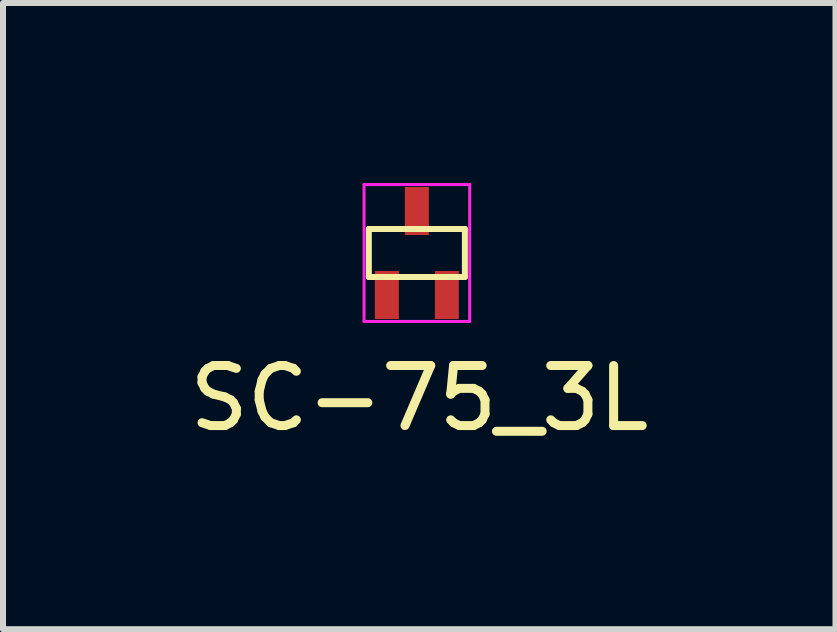
<source format=kicad_pcb>
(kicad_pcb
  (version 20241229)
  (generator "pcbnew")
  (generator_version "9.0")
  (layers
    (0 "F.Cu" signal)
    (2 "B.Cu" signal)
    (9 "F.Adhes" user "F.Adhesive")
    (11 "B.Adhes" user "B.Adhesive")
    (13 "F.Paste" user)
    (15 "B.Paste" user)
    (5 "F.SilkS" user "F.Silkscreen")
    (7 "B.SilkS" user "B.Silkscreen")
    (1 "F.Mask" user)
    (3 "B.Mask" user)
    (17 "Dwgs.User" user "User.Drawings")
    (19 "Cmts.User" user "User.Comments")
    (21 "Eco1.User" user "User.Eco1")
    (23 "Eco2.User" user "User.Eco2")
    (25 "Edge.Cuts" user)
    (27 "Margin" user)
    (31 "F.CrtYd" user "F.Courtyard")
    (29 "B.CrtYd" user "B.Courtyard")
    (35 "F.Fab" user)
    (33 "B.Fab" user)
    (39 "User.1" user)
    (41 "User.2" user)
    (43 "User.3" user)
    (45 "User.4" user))
  (footprint "SC-75_3L"
    (layer "F.Cu")
    (at 3.895 1.165)
    (property "Reference" "SC-75_3L" (at 0.04 2.42 0) (layer "F.SilkS") (effects (font (size 1 1) (thickness 0.15))))
    (attr through_hole)
    (fp_line (start -0.8 -0.4) (end 0.8 -0.4) (stroke (width 0.1) (type solid)) (layer "F.SilkS"))
    (fp_line (start -0.8 0.4) (end -0.8 -0.4) (stroke (width 0.1) (type solid)) (layer "F.SilkS"))
    (fp_line (start 0.8 -0.4) (end 0.8 0.4) (stroke (width 0.1) (type solid)) (layer "F.SilkS"))
    (fp_line (start 0.8 0.4) (end -0.8 0.4) (stroke (width 0.1) (type solid)) (layer "F.SilkS"))
    (fp_line (start -0.88 -1.14) (end -0.88 1.14) (stroke (width 0.05) (type solid)) (layer "F.CrtYd"))
    (fp_line (start -0.88 -1.14) (end 0.88 -1.14) (stroke (width 0.05) (type solid)) (layer "F.CrtYd"))
    (fp_line (start -0.88 1.14) (end 0.88 1.14) (stroke (width 0.05) (type solid)) (layer "F.CrtYd"))
    (fp_line (start 0.88 1.14) (end 0.88 -1.14) (stroke (width 0.05) (type solid)) (layer "F.CrtYd"))
    (pad "1" smd rect (at -0.5 0.7) (size 0.4 0.8) (layers "F.Cu" "F.Mask" "F.Paste"))
    (pad "2" smd rect (at 0.5 0.7) (size 0.4 0.8) (layers "F.Cu" "F.Mask" "F.Paste"))
    (pad "3" smd rect (at 0 -0.7) (size 0.4 0.8) (layers "F.Cu" "F.Mask" "F.Paste")))
  (gr_rect
    (start -3 -3)
    (end 10.869 7.433)
    (stroke (width 0.1) (type default))
    (fill no)
    (layer "Edge.Cuts")))
</source>
